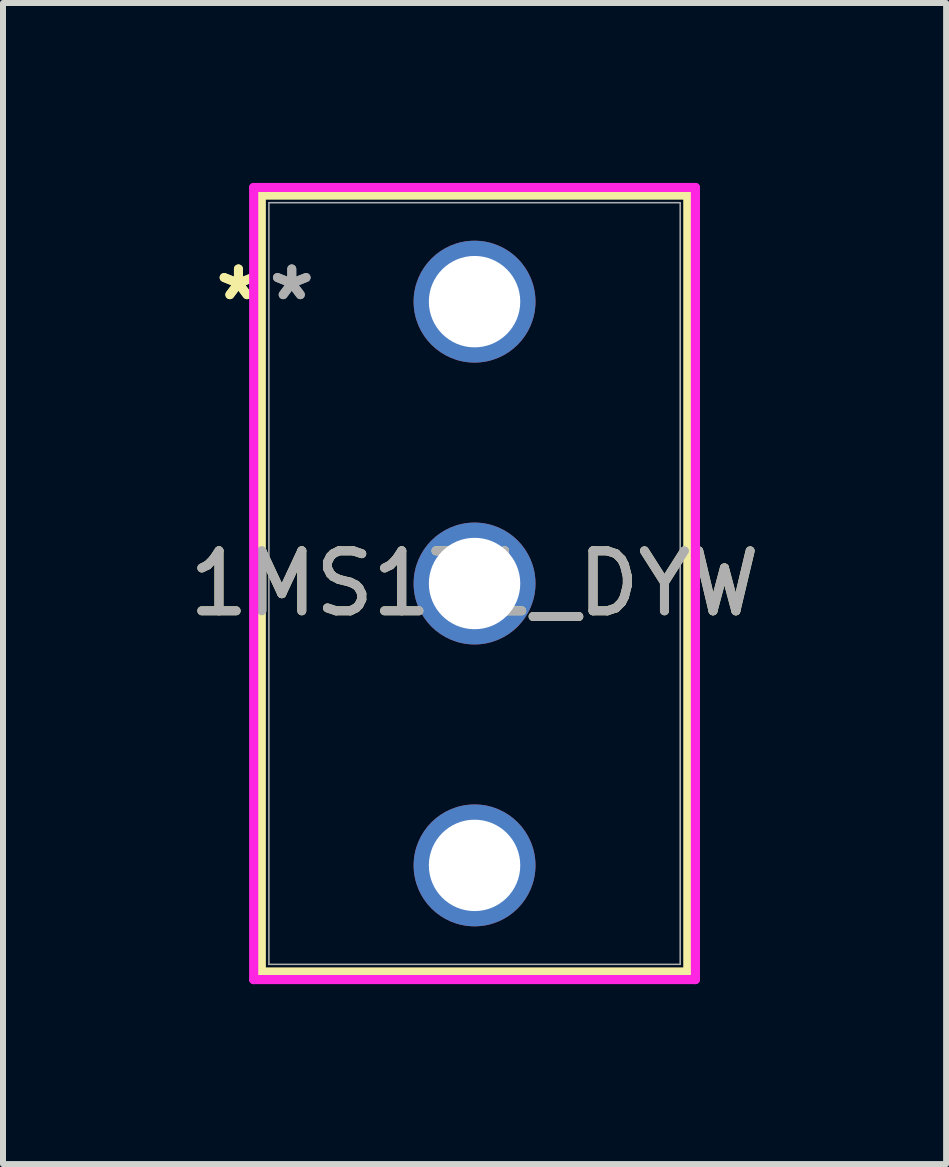
<source format=kicad_pcb>
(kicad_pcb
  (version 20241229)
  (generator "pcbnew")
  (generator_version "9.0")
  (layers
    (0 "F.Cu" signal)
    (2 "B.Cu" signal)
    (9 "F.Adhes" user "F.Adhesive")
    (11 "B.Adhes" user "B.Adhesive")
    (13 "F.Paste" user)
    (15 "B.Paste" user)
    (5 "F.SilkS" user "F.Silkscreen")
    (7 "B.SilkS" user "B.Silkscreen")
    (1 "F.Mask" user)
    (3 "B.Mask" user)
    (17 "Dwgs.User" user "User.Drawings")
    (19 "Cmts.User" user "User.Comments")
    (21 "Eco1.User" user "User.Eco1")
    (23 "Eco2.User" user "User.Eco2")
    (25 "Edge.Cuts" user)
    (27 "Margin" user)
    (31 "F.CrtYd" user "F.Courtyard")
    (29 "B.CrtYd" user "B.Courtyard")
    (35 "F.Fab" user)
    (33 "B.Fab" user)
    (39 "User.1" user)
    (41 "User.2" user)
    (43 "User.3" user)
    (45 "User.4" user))
  (footprint "1MS1T1_DYW"
    (layer "F.Cu")
    (at 4.863 1.98)
    (property "Reference" "1MS1T1_DYW" (at 0 4.7 0) (unlocked yes) (layer "F.SilkS") (effects (font (size 1 1) (thickness 0.15))))
    (attr through_hole)
    (fp_line (start -3.556 -1.777) (end -3.556 11.177) (stroke (width 0.152) (type solid)) (layer "F.SilkS"))
    (fp_line (start -3.556 11.177) (end 3.556 11.177) (stroke (width 0.152) (type solid)) (layer "F.SilkS"))
    (fp_line (start 3.556 -1.777) (end -3.556 -1.777) (stroke (width 0.152) (type solid)) (layer "F.SilkS"))
    (fp_line (start 3.556 11.177) (end 3.556 -1.777) (stroke (width 0.152) (type solid)) (layer "F.SilkS"))
    (fp_line (start -3.683 -1.904) (end -3.683 11.304) (stroke (width 0.152) (type solid)) (layer "F.CrtYd"))
    (fp_line (start -3.683 11.304) (end 3.683 11.304) (stroke (width 0.152) (type solid)) (layer "F.CrtYd"))
    (fp_line (start 3.683 -1.904) (end -3.683 -1.904) (stroke (width 0.152) (type solid)) (layer "F.CrtYd"))
    (fp_line (start 3.683 11.304) (end 3.683 -1.904) (stroke (width 0.152) (type solid)) (layer "F.CrtYd"))
    (fp_line (start -3.429 -1.65) (end -3.429 11.05) (stroke (width 0.025) (type solid)) (layer "F.Fab"))
    (fp_line (start -3.429 11.05) (end 3.429 11.05) (stroke (width 0.025) (type solid)) (layer "F.Fab"))
    (fp_line (start 0 4.7) (end 0 4.7) (stroke (width 0.025) (type solid)) (layer "F.Fab"))
    (fp_line (start 0 4.7) (end 0 4.7) (stroke (width 0.025) (type solid)) (layer "F.Fab"))
    (fp_line (start 0 4.7) (end 0 4.7) (stroke (width 0.025) (type solid)) (layer "F.Fab"))
    (fp_line (start 0 4.7) (end 0 4.7) (stroke (width 0.025) (type solid)) (layer "F.Fab"))
    (fp_line (start 3.429 -1.65) (end -3.429 -1.65) (stroke (width 0.025) (type solid)) (layer "F.Fab"))
    (fp_line (start 3.429 11.05) (end 3.429 -1.65) (stroke (width 0.025) (type solid)) (layer "F.Fab"))
    (fp_text user "*" (at -3.937 0 0) (unlocked yes) (layer "F.SilkS") (effects (font (size 1 1) (thickness 0.15))))
    (fp_text user "*" (at -3.937 0 0) (layer "F.SilkS") (effects (font (size 1 1) (thickness 0.15))))
    (fp_text user "*" (at -3.048 0 0) (layer "F.Fab") (effects (font (size 1 1) (thickness 0.15))))
    (fp_text user "*" (at -3.048 0 0) (unlocked yes) (layer "F.Fab") (effects (font (size 1 1) (thickness 0.15))))
    (fp_text user "${REFERENCE}" (at 0 4.7 0) (unlocked yes) (layer "F.Fab") (effects (font (size 1 1) (thickness 0.15))))
    (pad "1" thru_hole circle (at 0 0) (size 2.032 2.032) (drill 1.524) (layers "*.Cu" "*.Mask"))
    (pad "2" thru_hole circle (at 0 4.7) (size 2.032 2.032) (drill 1.524) (layers "*.Cu" "*.Mask"))
    (pad "3" thru_hole circle (at 0 9.4) (size 2.032 2.032) (drill 1.524) (layers "*.Cu" "*.Mask")))
  (gr_rect
    (start -3 -3)
    (end 12.726 16.36)
    (stroke (width 0.1) (type default))
    (fill no)
    (layer "Edge.Cuts")))
</source>
